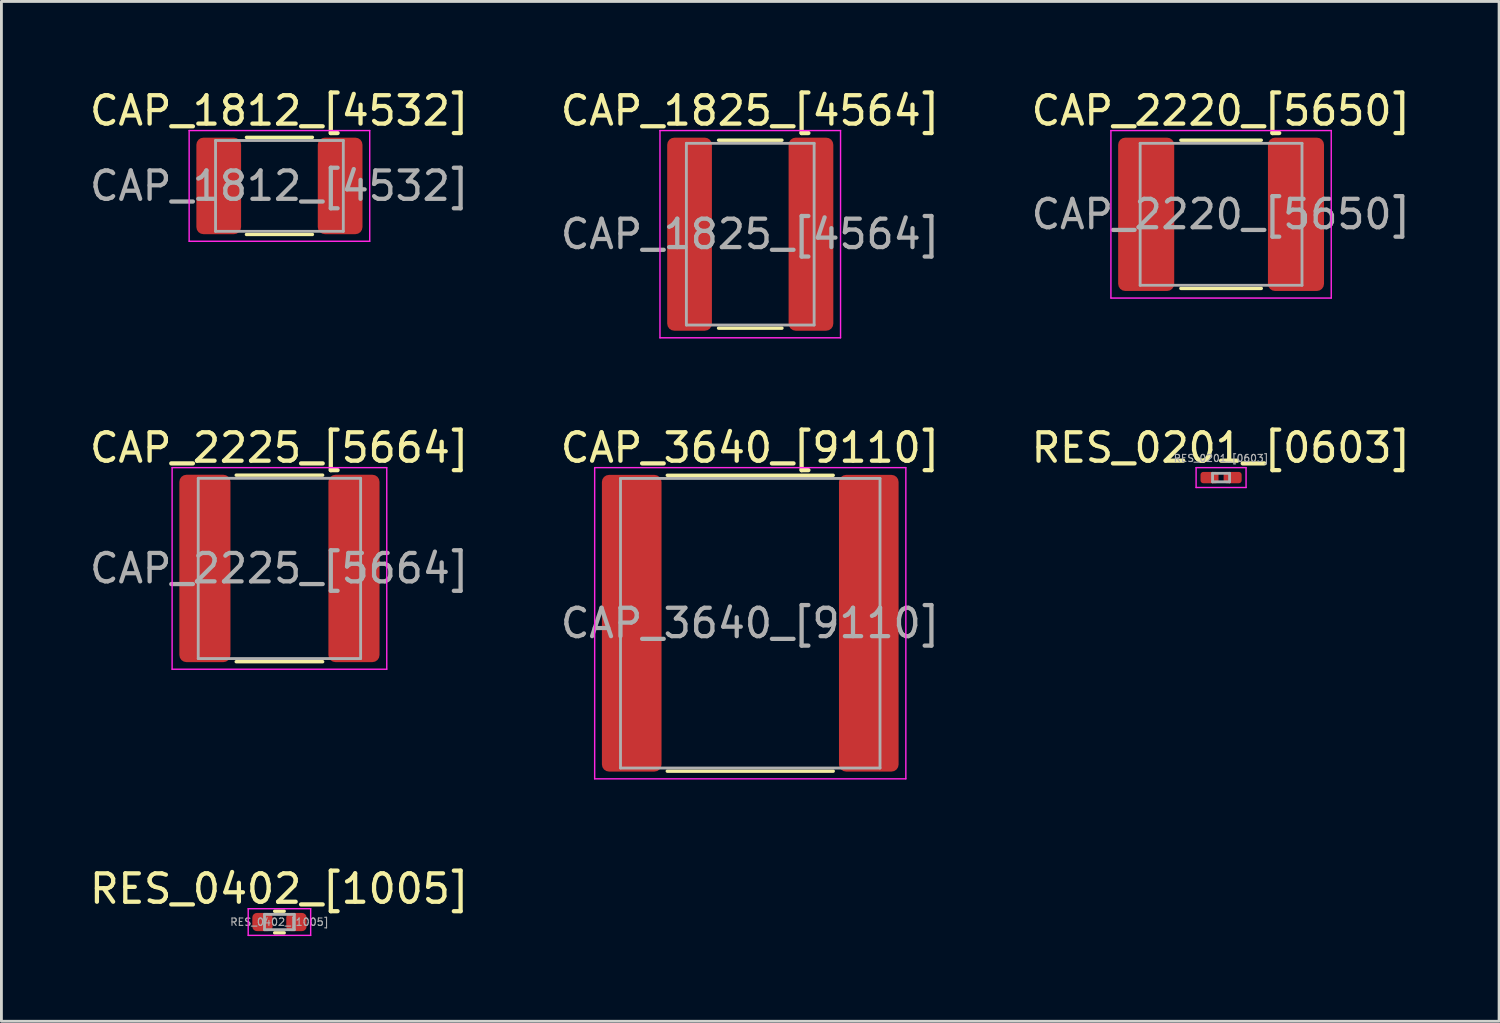
<source format=kicad_pcb>
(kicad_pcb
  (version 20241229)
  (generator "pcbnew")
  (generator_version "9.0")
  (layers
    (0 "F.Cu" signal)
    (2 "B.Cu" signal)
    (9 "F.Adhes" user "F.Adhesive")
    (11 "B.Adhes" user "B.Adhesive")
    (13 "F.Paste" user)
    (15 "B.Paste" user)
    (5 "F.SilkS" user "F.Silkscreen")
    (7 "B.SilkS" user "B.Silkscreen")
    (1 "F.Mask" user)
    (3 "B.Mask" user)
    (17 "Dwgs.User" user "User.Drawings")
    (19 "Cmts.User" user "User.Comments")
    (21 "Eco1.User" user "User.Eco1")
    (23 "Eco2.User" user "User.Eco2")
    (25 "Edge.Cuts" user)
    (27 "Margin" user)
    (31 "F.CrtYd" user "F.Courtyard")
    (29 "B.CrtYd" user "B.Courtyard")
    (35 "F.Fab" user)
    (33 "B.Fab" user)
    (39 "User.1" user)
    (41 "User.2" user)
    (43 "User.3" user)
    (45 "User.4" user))
  (footprint "CAP_1812_[4532]"
    (layer "F.Cu")
    (at 6.792 3.498)
    (property "Reference" "CAP_1812_[4532]" (at 0 -2.65 0) (layer "F.SilkS") (effects (font (size 1 1) (thickness 0.15))))
    (attr smd)
    (fp_line (start -1.161 -1.71) (end 1.161 -1.71) (stroke (width 0.12) (type solid)) (layer "F.SilkS"))
    (fp_line (start -1.161 1.71) (end 1.161 1.71) (stroke (width 0.12) (type solid)) (layer "F.SilkS"))
    (fp_line (start -3.18 -1.95) (end 3.18 -1.95) (stroke (width 0.05) (type solid)) (layer "F.CrtYd"))
    (fp_line (start -3.18 1.95) (end -3.18 -1.95) (stroke (width 0.05) (type solid)) (layer "F.CrtYd"))
    (fp_line (start 3.18 -1.95) (end 3.18 1.95) (stroke (width 0.05) (type solid)) (layer "F.CrtYd"))
    (fp_line (start 3.18 1.95) (end -3.18 1.95) (stroke (width 0.05) (type solid)) (layer "F.CrtYd"))
    (fp_line (start -2.25 -1.6) (end 2.25 -1.6) (stroke (width 0.1) (type solid)) (layer "F.Fab"))
    (fp_line (start -2.25 1.6) (end -2.25 -1.6) (stroke (width 0.1) (type solid)) (layer "F.Fab"))
    (fp_line (start 2.25 -1.6) (end 2.25 1.6) (stroke (width 0.1) (type solid)) (layer "F.Fab"))
    (fp_line (start 2.25 1.6) (end -2.25 1.6) (stroke (width 0.1) (type solid)) (layer "F.Fab"))
    (fp_text user "${REFERENCE}" (at 0 0 0) (layer "F.Fab") (effects (font (size 1 1) (thickness 0.15))))
    (pad "1" smd roundrect (at -2.138 0) (size 1.575 3.4) (layers "F.Cu" "F.Mask" "F.Paste") (roundrect_rratio 0.159))
    (pad "2" smd roundrect (at 2.138 0) (size 1.575 3.4) (layers "F.Cu" "F.Mask" "F.Paste") (roundrect_rratio 0.159)))
  (footprint "CAP_2220_[5650]"
    (layer "F.Cu")
    (at 39.958 4.498)
    (property "Reference" "CAP_2220_[5650]" (at 0 -3.65 0) (layer "F.SilkS") (effects (font (size 1 1) (thickness 0.15))))
    (attr smd)
    (fp_line (start -1.416 -2.61) (end 1.416 -2.61) (stroke (width 0.12) (type solid)) (layer "F.SilkS"))
    (fp_line (start -1.416 2.61) (end 1.416 2.61) (stroke (width 0.12) (type solid)) (layer "F.SilkS"))
    (fp_line (start -3.88 -2.95) (end 3.88 -2.95) (stroke (width 0.05) (type solid)) (layer "F.CrtYd"))
    (fp_line (start -3.88 2.95) (end -3.88 -2.95) (stroke (width 0.05) (type solid)) (layer "F.CrtYd"))
    (fp_line (start 3.88 -2.95) (end 3.88 2.95) (stroke (width 0.05) (type solid)) (layer "F.CrtYd"))
    (fp_line (start 3.88 2.95) (end -3.88 2.95) (stroke (width 0.05) (type solid)) (layer "F.CrtYd"))
    (fp_line (start -2.85 -2.5) (end 2.85 -2.5) (stroke (width 0.1) (type solid)) (layer "F.Fab"))
    (fp_line (start -2.85 2.5) (end -2.85 -2.5) (stroke (width 0.1) (type solid)) (layer "F.Fab"))
    (fp_line (start 2.85 -2.5) (end 2.85 2.5) (stroke (width 0.1) (type solid)) (layer "F.Fab"))
    (fp_line (start 2.85 2.5) (end -2.85 2.5) (stroke (width 0.1) (type solid)) (layer "F.Fab"))
    (fp_text user "${REFERENCE}" (at 0 0 0) (layer "F.Fab") (effects (font (size 1 1) (thickness 0.15))))
    (pad "1" smd roundrect (at -2.638 0) (size 1.975 5.4) (layers "F.Cu" "F.Mask" "F.Paste") (roundrect_rratio 0.127))
    (pad "2" smd roundrect (at 2.638 0) (size 1.975 5.4) (layers "F.Cu" "F.Mask" "F.Paste") (roundrect_rratio 0.127)))
  (footprint "CAP_1825_[4564]"
    (layer "F.Cu")
    (at 23.375 5.198)
    (property "Reference" "CAP_1825_[4564]" (at 0 -4.35 0) (layer "F.SilkS") (effects (font (size 1 1) (thickness 0.15))))
    (attr smd)
    (fp_line (start -1.116 -3.31) (end 1.116 -3.31) (stroke (width 0.12) (type solid)) (layer "F.SilkS"))
    (fp_line (start -1.116 3.31) (end 1.116 3.31) (stroke (width 0.12) (type solid)) (layer "F.SilkS"))
    (fp_line (start -3.18 -3.65) (end 3.18 -3.65) (stroke (width 0.05) (type solid)) (layer "F.CrtYd"))
    (fp_line (start -3.18 3.65) (end -3.18 -3.65) (stroke (width 0.05) (type solid)) (layer "F.CrtYd"))
    (fp_line (start 3.18 -3.65) (end 3.18 3.65) (stroke (width 0.05) (type solid)) (layer "F.CrtYd"))
    (fp_line (start 3.18 3.65) (end -3.18 3.65) (stroke (width 0.05) (type solid)) (layer "F.CrtYd"))
    (fp_line (start -2.25 -3.2) (end 2.25 -3.2) (stroke (width 0.1) (type solid)) (layer "F.Fab"))
    (fp_line (start -2.25 3.2) (end -2.25 -3.2) (stroke (width 0.1) (type solid)) (layer "F.Fab"))
    (fp_line (start 2.25 -3.2) (end 2.25 3.2) (stroke (width 0.1) (type solid)) (layer "F.Fab"))
    (fp_line (start 2.25 3.2) (end -2.25 3.2) (stroke (width 0.1) (type solid)) (layer "F.Fab"))
    (fp_text user "${REFERENCE}" (at 0 0 0) (layer "F.Fab") (effects (font (size 1 1) (thickness 0.15))))
    (pad "1" smd roundrect (at -2.138 0) (size 1.575 6.8) (layers "F.Cu" "F.Mask" "F.Paste") (roundrect_rratio 0.159))
    (pad "2" smd roundrect (at 2.138 0) (size 1.575 6.8) (layers "F.Cu" "F.Mask" "F.Paste") (roundrect_rratio 0.159)))
  (footprint "RES_0402_[1005]"
    (layer "F.Cu")
    (at 6.792 29.425)
    (property "Reference" "RES_0402_[1005]" (at 0 -1.17 0) (layer "F.SilkS") (effects (font (size 1 1) (thickness 0.15))))
    (attr smd)
    (fp_line (start -0.168 -0.38) (end 0.168 -0.38) (stroke (width 0.12) (type solid)) (layer "F.SilkS"))
    (fp_line (start -0.168 0.38) (end 0.168 0.38) (stroke (width 0.12) (type solid)) (layer "F.SilkS"))
    (fp_line (start -1.1 -0.47) (end 1.1 -0.47) (stroke (width 0.05) (type solid)) (layer "F.CrtYd"))
    (fp_line (start -1.1 0.47) (end -1.1 -0.47) (stroke (width 0.05) (type solid)) (layer "F.CrtYd"))
    (fp_line (start 1.1 -0.47) (end 1.1 0.47) (stroke (width 0.05) (type solid)) (layer "F.CrtYd"))
    (fp_line (start 1.1 0.47) (end -1.1 0.47) (stroke (width 0.05) (type solid)) (layer "F.CrtYd"))
    (fp_line (start -0.525 -0.27) (end 0.525 -0.27) (stroke (width 0.1) (type solid)) (layer "F.Fab"))
    (fp_line (start -0.525 0.27) (end -0.525 -0.27) (stroke (width 0.1) (type solid)) (layer "F.Fab"))
    (fp_line (start 0.525 -0.27) (end 0.525 0.27) (stroke (width 0.1) (type solid)) (layer "F.Fab"))
    (fp_line (start 0.525 0.27) (end -0.525 0.27) (stroke (width 0.1) (type solid)) (layer "F.Fab"))
    (fp_text user "${REFERENCE}" (at 0 0 0) (layer "F.Fab") (effects (font (size 0.26 0.26) (thickness 0.04))))
    (pad "1" smd roundrect (at -0.598 0) (size 0.715 0.64) (layers "F.Cu" "F.Mask" "F.Paste") (roundrect_rratio 0.25))
    (pad "2" smd roundrect (at 0.598 0) (size 0.715 0.64) (layers "F.Cu" "F.Mask" "F.Paste") (roundrect_rratio 0.25)))
  (footprint "RES_0201_[0603]"
    (layer "F.Cu")
    (at 39.958 13.771)
    (property "Reference" "RES_0201_[0603]" (at 0 -1.05 0) (layer "F.SilkS") (effects (font (size 1 1) (thickness 0.15))))
    (attr smd)
    (fp_line (start -0.88 -0.35) (end 0.88 -0.35) (stroke (width 0.05) (type solid)) (layer "F.CrtYd"))
    (fp_line (start -0.88 0.35) (end -0.88 -0.35) (stroke (width 0.05) (type solid)) (layer "F.CrtYd"))
    (fp_line (start 0.88 -0.35) (end 0.88 0.35) (stroke (width 0.05) (type solid)) (layer "F.CrtYd"))
    (fp_line (start 0.88 0.35) (end -0.88 0.35) (stroke (width 0.05) (type solid)) (layer "F.CrtYd"))
    (fp_line (start -0.3 -0.15) (end 0.3 -0.15) (stroke (width 0.1) (type solid)) (layer "F.Fab"))
    (fp_line (start -0.3 0.15) (end -0.3 -0.15) (stroke (width 0.1) (type solid)) (layer "F.Fab"))
    (fp_line (start 0.3 -0.15) (end 0.3 0.15) (stroke (width 0.1) (type solid)) (layer "F.Fab"))
    (fp_line (start 0.3 0.15) (end -0.3 0.15) (stroke (width 0.1) (type solid)) (layer "F.Fab"))
    (fp_text user "${REFERENCE}" (at 0 -0.68 0) (layer "F.Fab") (effects (font (size 0.25 0.25) (thickness 0.04))))
    (pad "" smd roundrect (at -0.432 0) (size 0.458 0.36) (layers "F.Paste") (roundrect_rratio 0.25))
    (pad "" smd roundrect (at 0.432 0) (size 0.458 0.36) (layers "F.Paste") (roundrect_rratio 0.25))
    (pad "1" smd roundrect (at -0.407 0) (size 0.635 0.4) (layers "F.Cu" "F.Mask") (roundrect_rratio 0.25))
    (pad "2" smd roundrect (at 0.407 0) (size 0.635 0.4) (layers "F.Cu" "F.Mask") (roundrect_rratio 0.25)))
  (footprint "CAP_2225_[5664]"
    (layer "F.Cu")
    (at 6.792 16.971)
    (property "Reference" "CAP_2225_[5664]" (at 0 -4.25 0) (layer "F.SilkS") (effects (font (size 1 1) (thickness 0.15))))
    (attr smd)
    (fp_line (start -1.522 -3.285) (end 1.522 -3.285) (stroke (width 0.12) (type solid)) (layer "F.SilkS"))
    (fp_line (start -1.522 3.285) (end 1.522 3.285) (stroke (width 0.12) (type solid)) (layer "F.SilkS"))
    (fp_line (start -3.78 -3.55) (end 3.78 -3.55) (stroke (width 0.05) (type solid)) (layer "F.CrtYd"))
    (fp_line (start -3.78 3.55) (end -3.78 -3.55) (stroke (width 0.05) (type solid)) (layer "F.CrtYd"))
    (fp_line (start 3.78 -3.55) (end 3.78 3.55) (stroke (width 0.05) (type solid)) (layer "F.CrtYd"))
    (fp_line (start 3.78 3.55) (end -3.78 3.55) (stroke (width 0.05) (type solid)) (layer "F.CrtYd"))
    (fp_line (start -2.86 -3.175) (end 2.86 -3.175) (stroke (width 0.1) (type solid)) (layer "F.Fab"))
    (fp_line (start -2.86 3.175) (end -2.86 -3.175) (stroke (width 0.1) (type solid)) (layer "F.Fab"))
    (fp_line (start 2.86 -3.175) (end 2.86 3.175) (stroke (width 0.1) (type solid)) (layer "F.Fab"))
    (fp_line (start 2.86 3.175) (end -2.86 3.175) (stroke (width 0.1) (type solid)) (layer "F.Fab"))
    (fp_text user "${REFERENCE}" (at 0 0 0) (layer "F.Fab") (effects (font (size 1 1) (thickness 0.15))))
    (pad "1" smd roundrect (at -2.625 0) (size 1.8 6.6) (layers "F.Cu" "F.Mask" "F.Paste") (roundrect_rratio 0.139))
    (pad "2" smd roundrect (at 2.625 0) (size 1.8 6.6) (layers "F.Cu" "F.Mask" "F.Paste") (roundrect_rratio 0.139)))
  (footprint "CAP_3640_[9110]"
    (layer "F.Cu")
    (at 23.375 18.901)
    (property "Reference" "CAP_3640_[9110]" (at 0 -6.18 0) (layer "F.SilkS") (effects (font (size 1 1) (thickness 0.15))))
    (attr smd)
    (fp_line (start -2.922 -5.21) (end 2.922 -5.21) (stroke (width 0.12) (type solid)) (layer "F.SilkS"))
    (fp_line (start -2.922 5.21) (end 2.922 5.21) (stroke (width 0.12) (type solid)) (layer "F.SilkS"))
    (fp_line (start -5.48 -5.48) (end 5.48 -5.48) (stroke (width 0.05) (type solid)) (layer "F.CrtYd"))
    (fp_line (start -5.48 5.48) (end -5.48 -5.48) (stroke (width 0.05) (type solid)) (layer "F.CrtYd"))
    (fp_line (start 5.48 -5.48) (end 5.48 5.48) (stroke (width 0.05) (type solid)) (layer "F.CrtYd"))
    (fp_line (start 5.48 5.48) (end -5.48 5.48) (stroke (width 0.05) (type solid)) (layer "F.CrtYd"))
    (fp_line (start -4.57 -5.1) (end 4.57 -5.1) (stroke (width 0.1) (type solid)) (layer "F.Fab"))
    (fp_line (start -4.57 5.1) (end -4.57 -5.1) (stroke (width 0.1) (type solid)) (layer "F.Fab"))
    (fp_line (start 4.57 -5.1) (end 4.57 5.1) (stroke (width 0.1) (type solid)) (layer "F.Fab"))
    (fp_line (start 4.57 5.1) (end -4.57 5.1) (stroke (width 0.1) (type solid)) (layer "F.Fab"))
    (fp_text user "${REFERENCE}" (at 0 0 0) (layer "F.Fab") (effects (font (size 1 1) (thickness 0.15))))
    (pad "1" smd roundrect (at -4.175 0) (size 2.1 10.45) (layers "F.Cu" "F.Mask" "F.Paste") (roundrect_rratio 0.119))
    (pad "2" smd roundrect (at 4.175 0) (size 2.1 10.45) (layers "F.Cu" "F.Mask" "F.Paste") (roundrect_rratio 0.119)))
  (gr_rect
    (start -3 -3)
    (end 49.75 32.92)
    (stroke (width 0.1) (type default))
    (fill no)
    (layer "Edge.Cuts")))
</source>
